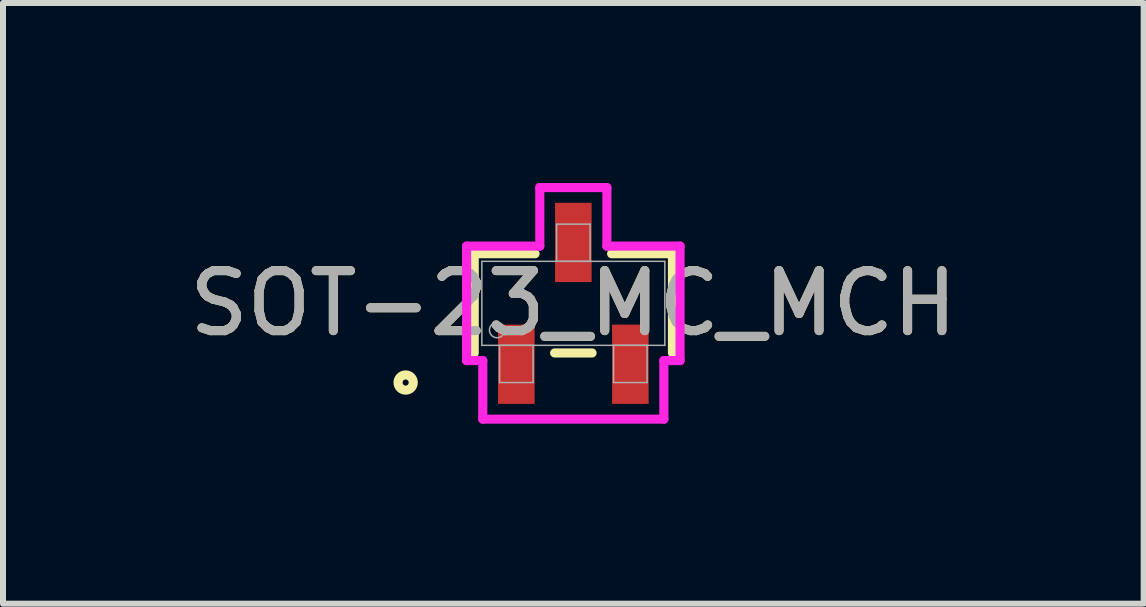
<source format=kicad_pcb>
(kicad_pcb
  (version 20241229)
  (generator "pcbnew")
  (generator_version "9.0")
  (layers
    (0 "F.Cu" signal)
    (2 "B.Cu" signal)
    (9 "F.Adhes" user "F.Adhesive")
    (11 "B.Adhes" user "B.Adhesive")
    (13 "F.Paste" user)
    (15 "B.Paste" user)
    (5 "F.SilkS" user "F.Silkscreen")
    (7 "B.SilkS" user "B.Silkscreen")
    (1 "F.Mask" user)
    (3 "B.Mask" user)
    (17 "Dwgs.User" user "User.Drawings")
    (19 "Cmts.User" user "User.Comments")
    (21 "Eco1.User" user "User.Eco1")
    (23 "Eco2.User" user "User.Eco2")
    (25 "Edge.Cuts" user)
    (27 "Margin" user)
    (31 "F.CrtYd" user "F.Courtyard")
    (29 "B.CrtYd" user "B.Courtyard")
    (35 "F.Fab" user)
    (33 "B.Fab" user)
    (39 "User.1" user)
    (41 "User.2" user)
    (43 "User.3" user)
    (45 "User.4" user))
  (footprint "SOT-23_MC_MCH"
    (layer "F.Cu")
    (at 6.506 2.006)
    (property "Reference" "SOT-23_MC_MCH" (at 0 0 0) (unlocked yes) (layer "F.SilkS") (effects (font (size 1 1) (thickness 0.15))))
    (attr smd)
    (fp_line (start -1.652 -0.827) (end -1.652 0.827) (stroke (width 0.152) (type solid)) (layer "F.SilkS"))
    (fp_line (start -0.638 -0.827) (end -1.652 -0.827) (stroke (width 0.152) (type solid)) (layer "F.SilkS"))
    (fp_line (start -0.312 0.827) (end 0.312 0.827) (stroke (width 0.152) (type solid)) (layer "F.SilkS"))
    (fp_line (start 1.652 -0.827) (end 0.638 -0.827) (stroke (width 0.152) (type solid)) (layer "F.SilkS"))
    (fp_line (start 1.652 0.827) (end 1.652 -0.827) (stroke (width 0.152) (type solid)) (layer "F.SilkS"))
    (fp_circle (center -2.795 1.32) (end -2.668 1.32) (stroke (width 0.152) (type solid)) (fill no) (layer "F.SilkS"))
    (fp_line (start -1.779 -0.954) (end -0.559 -0.954) (stroke (width 0.152) (type solid)) (layer "F.CrtYd"))
    (fp_line (start -1.779 0.954) (end -1.779 -0.954) (stroke (width 0.152) (type solid)) (layer "F.CrtYd"))
    (fp_line (start -1.779 0.954) (end -1.509 0.954) (stroke (width 0.152) (type solid)) (layer "F.CrtYd"))
    (fp_line (start -1.509 0.954) (end -1.509 1.93) (stroke (width 0.152) (type solid)) (layer "F.CrtYd"))
    (fp_line (start -1.509 1.93) (end 1.509 1.93) (stroke (width 0.152) (type solid)) (layer "F.CrtYd"))
    (fp_line (start -0.559 -1.93) (end 0.559 -1.93) (stroke (width 0.152) (type solid)) (layer "F.CrtYd"))
    (fp_line (start -0.559 -0.954) (end -0.559 -1.93) (stroke (width 0.152) (type solid)) (layer "F.CrtYd"))
    (fp_line (start 0.559 -0.954) (end 0.559 -1.93) (stroke (width 0.152) (type solid)) (layer "F.CrtYd"))
    (fp_line (start 1.509 0.954) (end 1.509 1.93) (stroke (width 0.152) (type solid)) (layer "F.CrtYd"))
    (fp_line (start 1.779 -0.954) (end 0.559 -0.954) (stroke (width 0.152) (type solid)) (layer "F.CrtYd"))
    (fp_line (start 1.779 -0.954) (end 1.779 0.954) (stroke (width 0.152) (type solid)) (layer "F.CrtYd"))
    (fp_line (start 1.779 0.954) (end 1.509 0.954) (stroke (width 0.152) (type solid)) (layer "F.CrtYd"))
    (fp_line (start -1.525 -0.7) (end -1.525 0.7) (stroke (width 0.025) (type solid)) (layer "F.Fab"))
    (fp_line (start -1.525 0.7) (end 1.525 0.7) (stroke (width 0.025) (type solid)) (layer "F.Fab"))
    (fp_line (start -1.229 0.7) (end -1.229 1.32) (stroke (width 0.025) (type solid)) (layer "F.Fab"))
    (fp_line (start -1.229 1.32) (end -0.671 1.32) (stroke (width 0.025) (type solid)) (layer "F.Fab"))
    (fp_line (start -0.671 0.7) (end -1.229 0.7) (stroke (width 0.025) (type solid)) (layer "F.Fab"))
    (fp_line (start -0.671 1.32) (end -0.671 0.7) (stroke (width 0.025) (type solid)) (layer "F.Fab"))
    (fp_line (start -0.279 -1.32) (end -0.279 -0.7) (stroke (width 0.025) (type solid)) (layer "F.Fab"))
    (fp_line (start -0.279 -0.7) (end 0.279 -0.7) (stroke (width 0.025) (type solid)) (layer "F.Fab"))
    (fp_line (start 0.279 -1.32) (end -0.279 -1.32) (stroke (width 0.025) (type solid)) (layer "F.Fab"))
    (fp_line (start 0.279 -0.7) (end 0.279 -1.32) (stroke (width 0.025) (type solid)) (layer "F.Fab"))
    (fp_line (start 0.671 0.7) (end 0.671 1.32) (stroke (width 0.025) (type solid)) (layer "F.Fab"))
    (fp_line (start 0.671 1.32) (end 1.229 1.32) (stroke (width 0.025) (type solid)) (layer "F.Fab"))
    (fp_line (start 1.229 0.7) (end 0.671 0.7) (stroke (width 0.025) (type solid)) (layer "F.Fab"))
    (fp_line (start 1.229 1.32) (end 1.229 0.7) (stroke (width 0.025) (type solid)) (layer "F.Fab"))
    (fp_line (start 1.525 -0.7) (end -1.525 -0.7) (stroke (width 0.025) (type solid)) (layer "F.Fab"))
    (fp_line (start 1.525 0.7) (end 1.525 -0.7) (stroke (width 0.025) (type solid)) (layer "F.Fab"))
    (fp_circle (center -1.271 0.446) (end -1.144 0.446) (stroke (width 0.025) (type solid)) (fill no) (layer "F.Fab"))
    (fp_text user "${REFERENCE}" (at 0 0 0) (unlocked yes) (layer "F.Fab") (effects (font (size 1 1) (thickness 0.15))))
    (pad "1" smd rect (at -0.95 1.015) (size 0.61 1.321) (layers "F.Cu" "F.Mask" "F.Paste"))
    (pad "2" smd rect (at 0.95 1.015) (size 0.61 1.321) (layers "F.Cu" "F.Mask" "F.Paste"))
    (pad "3" smd rect (at 0 -1.015) (size 0.61 1.321) (layers "F.Cu" "F.Mask" "F.Paste")))
  (gr_rect
    (start -3 -3)
    (end 16.012 7.012)
    (stroke (width 0.1) (type default))
    (fill no)
    (layer "Edge.Cuts")))
</source>
